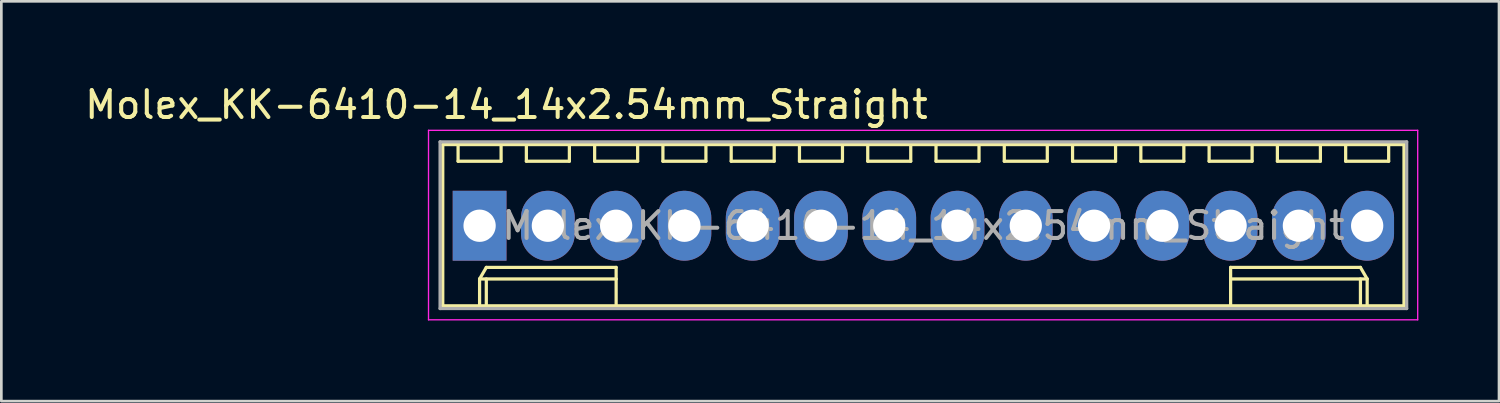
<source format=kicad_pcb>
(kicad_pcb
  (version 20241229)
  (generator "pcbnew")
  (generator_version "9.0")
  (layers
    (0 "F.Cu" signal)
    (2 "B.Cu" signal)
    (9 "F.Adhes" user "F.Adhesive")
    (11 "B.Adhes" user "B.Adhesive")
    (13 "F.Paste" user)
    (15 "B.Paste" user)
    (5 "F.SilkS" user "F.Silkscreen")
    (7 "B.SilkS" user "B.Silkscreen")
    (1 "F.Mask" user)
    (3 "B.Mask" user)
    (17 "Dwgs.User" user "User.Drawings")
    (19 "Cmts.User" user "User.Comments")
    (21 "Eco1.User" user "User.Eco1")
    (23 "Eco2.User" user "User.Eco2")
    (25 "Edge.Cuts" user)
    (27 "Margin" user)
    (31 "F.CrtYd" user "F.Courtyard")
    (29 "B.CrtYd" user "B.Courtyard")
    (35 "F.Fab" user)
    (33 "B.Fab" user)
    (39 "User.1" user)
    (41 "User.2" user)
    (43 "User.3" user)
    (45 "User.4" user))
  (footprint "Molex_KK-6410-14_14x2.54mm_Straight"
    (layer "F.Cu")
    (at 14.792 5.348)
    (property "Reference" "Molex_KK-6410-14_14x2.54mm_Straight" (at 1 -4.5 0) (layer "F.SilkS") (effects (font (size 1 1) (thickness 0.15))))
    (attr through_hole)
    (fp_line (start -1.37 -3.02) (end -1.37 2.98) (stroke (width 0.12) (type solid)) (layer "F.SilkS"))
    (fp_line (start -1.37 2.98) (end 34.39 2.98) (stroke (width 0.12) (type solid)) (layer "F.SilkS"))
    (fp_line (start -0.8 -3.02) (end -0.8 -2.4) (stroke (width 0.12) (type solid)) (layer "F.SilkS"))
    (fp_line (start -0.8 -2.4) (end 0.8 -2.4) (stroke (width 0.12) (type solid)) (layer "F.SilkS"))
    (fp_line (start 0 1.98) (end 0.25 1.55) (stroke (width 0.12) (type solid)) (layer "F.SilkS"))
    (fp_line (start 0 1.98) (end 5.08 1.98) (stroke (width 0.12) (type solid)) (layer "F.SilkS"))
    (fp_line (start 0 2.98) (end 0 1.98) (stroke (width 0.12) (type solid)) (layer "F.SilkS"))
    (fp_line (start 0.25 1.55) (end 5.08 1.55) (stroke (width 0.12) (type solid)) (layer "F.SilkS"))
    (fp_line (start 0.25 2.98) (end 0.25 1.98) (stroke (width 0.12) (type solid)) (layer "F.SilkS"))
    (fp_line (start 0.8 -2.4) (end 0.8 -3.02) (stroke (width 0.12) (type solid)) (layer "F.SilkS"))
    (fp_line (start 1.74 -3.02) (end 1.74 -2.4) (stroke (width 0.12) (type solid)) (layer "F.SilkS"))
    (fp_line (start 1.74 -2.4) (end 3.34 -2.4) (stroke (width 0.12) (type solid)) (layer "F.SilkS"))
    (fp_line (start 3.34 -2.4) (end 3.34 -3.02) (stroke (width 0.12) (type solid)) (layer "F.SilkS"))
    (fp_line (start 4.28 -3.02) (end 4.28 -2.4) (stroke (width 0.12) (type solid)) (layer "F.SilkS"))
    (fp_line (start 4.28 -2.4) (end 5.88 -2.4) (stroke (width 0.12) (type solid)) (layer "F.SilkS"))
    (fp_line (start 5.08 1.55) (end 5.08 1.98) (stroke (width 0.12) (type solid)) (layer "F.SilkS"))
    (fp_line (start 5.08 1.98) (end 5.08 2.98) (stroke (width 0.12) (type solid)) (layer "F.SilkS"))
    (fp_line (start 5.88 -2.4) (end 5.88 -3.02) (stroke (width 0.12) (type solid)) (layer "F.SilkS"))
    (fp_line (start 6.82 -3.02) (end 6.82 -2.4) (stroke (width 0.12) (type solid)) (layer "F.SilkS"))
    (fp_line (start 6.82 -2.4) (end 8.42 -2.4) (stroke (width 0.12) (type solid)) (layer "F.SilkS"))
    (fp_line (start 8.42 -2.4) (end 8.42 -3.02) (stroke (width 0.12) (type solid)) (layer "F.SilkS"))
    (fp_line (start 9.36 -3.02) (end 9.36 -2.4) (stroke (width 0.12) (type solid)) (layer "F.SilkS"))
    (fp_line (start 9.36 -2.4) (end 10.96 -2.4) (stroke (width 0.12) (type solid)) (layer "F.SilkS"))
    (fp_line (start 10.96 -2.4) (end 10.96 -3.02) (stroke (width 0.12) (type solid)) (layer "F.SilkS"))
    (fp_line (start 11.9 -3.02) (end 11.9 -2.4) (stroke (width 0.12) (type solid)) (layer "F.SilkS"))
    (fp_line (start 11.9 -2.4) (end 13.5 -2.4) (stroke (width 0.12) (type solid)) (layer "F.SilkS"))
    (fp_line (start 13.5 -2.4) (end 13.5 -3.02) (stroke (width 0.12) (type solid)) (layer "F.SilkS"))
    (fp_line (start 14.44 -3.02) (end 14.44 -2.4) (stroke (width 0.12) (type solid)) (layer "F.SilkS"))
    (fp_line (start 14.44 -2.4) (end 16.04 -2.4) (stroke (width 0.12) (type solid)) (layer "F.SilkS"))
    (fp_line (start 16.04 -2.4) (end 16.04 -3.02) (stroke (width 0.12) (type solid)) (layer "F.SilkS"))
    (fp_line (start 16.98 -3.02) (end 16.98 -2.4) (stroke (width 0.12) (type solid)) (layer "F.SilkS"))
    (fp_line (start 16.98 -2.4) (end 18.58 -2.4) (stroke (width 0.12) (type solid)) (layer "F.SilkS"))
    (fp_line (start 18.58 -2.4) (end 18.58 -3.02) (stroke (width 0.12) (type solid)) (layer "F.SilkS"))
    (fp_line (start 19.52 -3.02) (end 19.52 -2.4) (stroke (width 0.12) (type solid)) (layer "F.SilkS"))
    (fp_line (start 19.52 -2.4) (end 21.12 -2.4) (stroke (width 0.12) (type solid)) (layer "F.SilkS"))
    (fp_line (start 21.12 -2.4) (end 21.12 -3.02) (stroke (width 0.12) (type solid)) (layer "F.SilkS"))
    (fp_line (start 22.06 -3.02) (end 22.06 -2.4) (stroke (width 0.12) (type solid)) (layer "F.SilkS"))
    (fp_line (start 22.06 -2.4) (end 23.66 -2.4) (stroke (width 0.12) (type solid)) (layer "F.SilkS"))
    (fp_line (start 23.66 -2.4) (end 23.66 -3.02) (stroke (width 0.12) (type solid)) (layer "F.SilkS"))
    (fp_line (start 24.6 -3.02) (end 24.6 -2.4) (stroke (width 0.12) (type solid)) (layer "F.SilkS"))
    (fp_line (start 24.6 -2.4) (end 26.2 -2.4) (stroke (width 0.12) (type solid)) (layer "F.SilkS"))
    (fp_line (start 26.2 -2.4) (end 26.2 -3.02) (stroke (width 0.12) (type solid)) (layer "F.SilkS"))
    (fp_line (start 27.14 -3.02) (end 27.14 -2.4) (stroke (width 0.12) (type solid)) (layer "F.SilkS"))
    (fp_line (start 27.14 -2.4) (end 28.74 -2.4) (stroke (width 0.12) (type solid)) (layer "F.SilkS"))
    (fp_line (start 27.94 1.55) (end 27.94 1.98) (stroke (width 0.12) (type solid)) (layer "F.SilkS"))
    (fp_line (start 27.94 1.98) (end 27.94 2.98) (stroke (width 0.12) (type solid)) (layer "F.SilkS"))
    (fp_line (start 28.74 -2.4) (end 28.74 -3.02) (stroke (width 0.12) (type solid)) (layer "F.SilkS"))
    (fp_line (start 29.68 -3.02) (end 29.68 -2.4) (stroke (width 0.12) (type solid)) (layer "F.SilkS"))
    (fp_line (start 29.68 -2.4) (end 31.28 -2.4) (stroke (width 0.12) (type solid)) (layer "F.SilkS"))
    (fp_line (start 31.28 -2.4) (end 31.28 -3.02) (stroke (width 0.12) (type solid)) (layer "F.SilkS"))
    (fp_line (start 32.22 -3.02) (end 32.22 -2.4) (stroke (width 0.12) (type solid)) (layer "F.SilkS"))
    (fp_line (start 32.22 -2.4) (end 33.82 -2.4) (stroke (width 0.12) (type solid)) (layer "F.SilkS"))
    (fp_line (start 32.77 1.55) (end 27.94 1.55) (stroke (width 0.12) (type solid)) (layer "F.SilkS"))
    (fp_line (start 32.77 2.98) (end 32.77 1.98) (stroke (width 0.12) (type solid)) (layer "F.SilkS"))
    (fp_line (start 33.02 1.98) (end 27.94 1.98) (stroke (width 0.12) (type solid)) (layer "F.SilkS"))
    (fp_line (start 33.02 1.98) (end 32.77 1.55) (stroke (width 0.12) (type solid)) (layer "F.SilkS"))
    (fp_line (start 33.02 2.98) (end 33.02 1.98) (stroke (width 0.12) (type solid)) (layer "F.SilkS"))
    (fp_line (start 33.82 -2.4) (end 33.82 -3.02) (stroke (width 0.12) (type solid)) (layer "F.SilkS"))
    (fp_line (start 34.39 -3.02) (end -1.37 -3.02) (stroke (width 0.12) (type solid)) (layer "F.SilkS"))
    (fp_line (start 34.39 2.98) (end 34.39 -3.02) (stroke (width 0.12) (type solid)) (layer "F.SilkS"))
    (fp_line (start -1.9 -3.55) (end 34.9 -3.55) (stroke (width 0.05) (type solid)) (layer "F.CrtYd"))
    (fp_line (start -1.9 3.5) (end -1.9 -3.55) (stroke (width 0.05) (type solid)) (layer "F.CrtYd"))
    (fp_line (start 34.9 -3.55) (end 34.9 3.5) (stroke (width 0.05) (type solid)) (layer "F.CrtYd"))
    (fp_line (start 34.9 3.5) (end -1.9 3.5) (stroke (width 0.05) (type solid)) (layer "F.CrtYd"))
    (fp_line (start -1.47 -3.12) (end -1.47 3.08) (stroke (width 0.12) (type solid)) (layer "F.Fab"))
    (fp_line (start -1.47 3.08) (end 34.49 3.08) (stroke (width 0.12) (type solid)) (layer "F.Fab"))
    (fp_line (start 34.49 -3.12) (end -1.47 -3.12) (stroke (width 0.12) (type solid)) (layer "F.Fab"))
    (fp_line (start 34.49 3.08) (end 34.49 -3.12) (stroke (width 0.12) (type solid)) (layer "F.Fab"))
    (fp_text user "${REFERENCE}" (at 16.51 0 0) (layer "F.Fab") (effects (font (size 1 1) (thickness 0.15))))
    (pad "1" thru_hole rect (at 0 0) (size 2 2.6) (drill 1.2) (layers "*.Cu" "*.Mask"))
    (pad "2" thru_hole oval (at 2.54 0) (size 2 2.6) (drill 1.2) (layers "*.Cu" "*.Mask"))
    (pad "3" thru_hole oval (at 5.08 0) (size 2 2.6) (drill 1.2) (layers "*.Cu" "*.Mask"))
    (pad "4" thru_hole oval (at 7.62 0) (size 2 2.6) (drill 1.2) (layers "*.Cu" "*.Mask"))
    (pad "5" thru_hole oval (at 10.16 0) (size 2 2.6) (drill 1.2) (layers "*.Cu" "*.Mask"))
    (pad "6" thru_hole oval (at 12.7 0) (size 2 2.6) (drill 1.2) (layers "*.Cu" "*.Mask"))
    (pad "7" thru_hole oval (at 15.24 0) (size 2 2.6) (drill 1.2) (layers "*.Cu" "*.Mask"))
    (pad "8" thru_hole oval (at 17.78 0) (size 2 2.6) (drill 1.2) (layers "*.Cu" "*.Mask"))
    (pad "9" thru_hole oval (at 20.32 0) (size 2 2.6) (drill 1.2) (layers "*.Cu" "*.Mask"))
    (pad "10" thru_hole oval (at 22.86 0) (size 2 2.6) (drill 1.2) (layers "*.Cu" "*.Mask"))
    (pad "11" thru_hole oval (at 25.4 0) (size 2 2.6) (drill 1.2) (layers "*.Cu" "*.Mask"))
    (pad "12" thru_hole oval (at 27.94 0) (size 2 2.6) (drill 1.2) (layers "*.Cu" "*.Mask"))
    (pad "13" thru_hole oval (at 30.48 0) (size 2 2.6) (drill 1.2) (layers "*.Cu" "*.Mask"))
    (pad "14" thru_hole oval (at 33.02 0) (size 2 2.6) (drill 1.2) (layers "*.Cu" "*.Mask")))
  (gr_rect
    (start -3 -3)
    (end 52.717 11.873)
    (stroke (width 0.1) (type default))
    (fill no)
    (layer "Edge.Cuts")))
</source>
